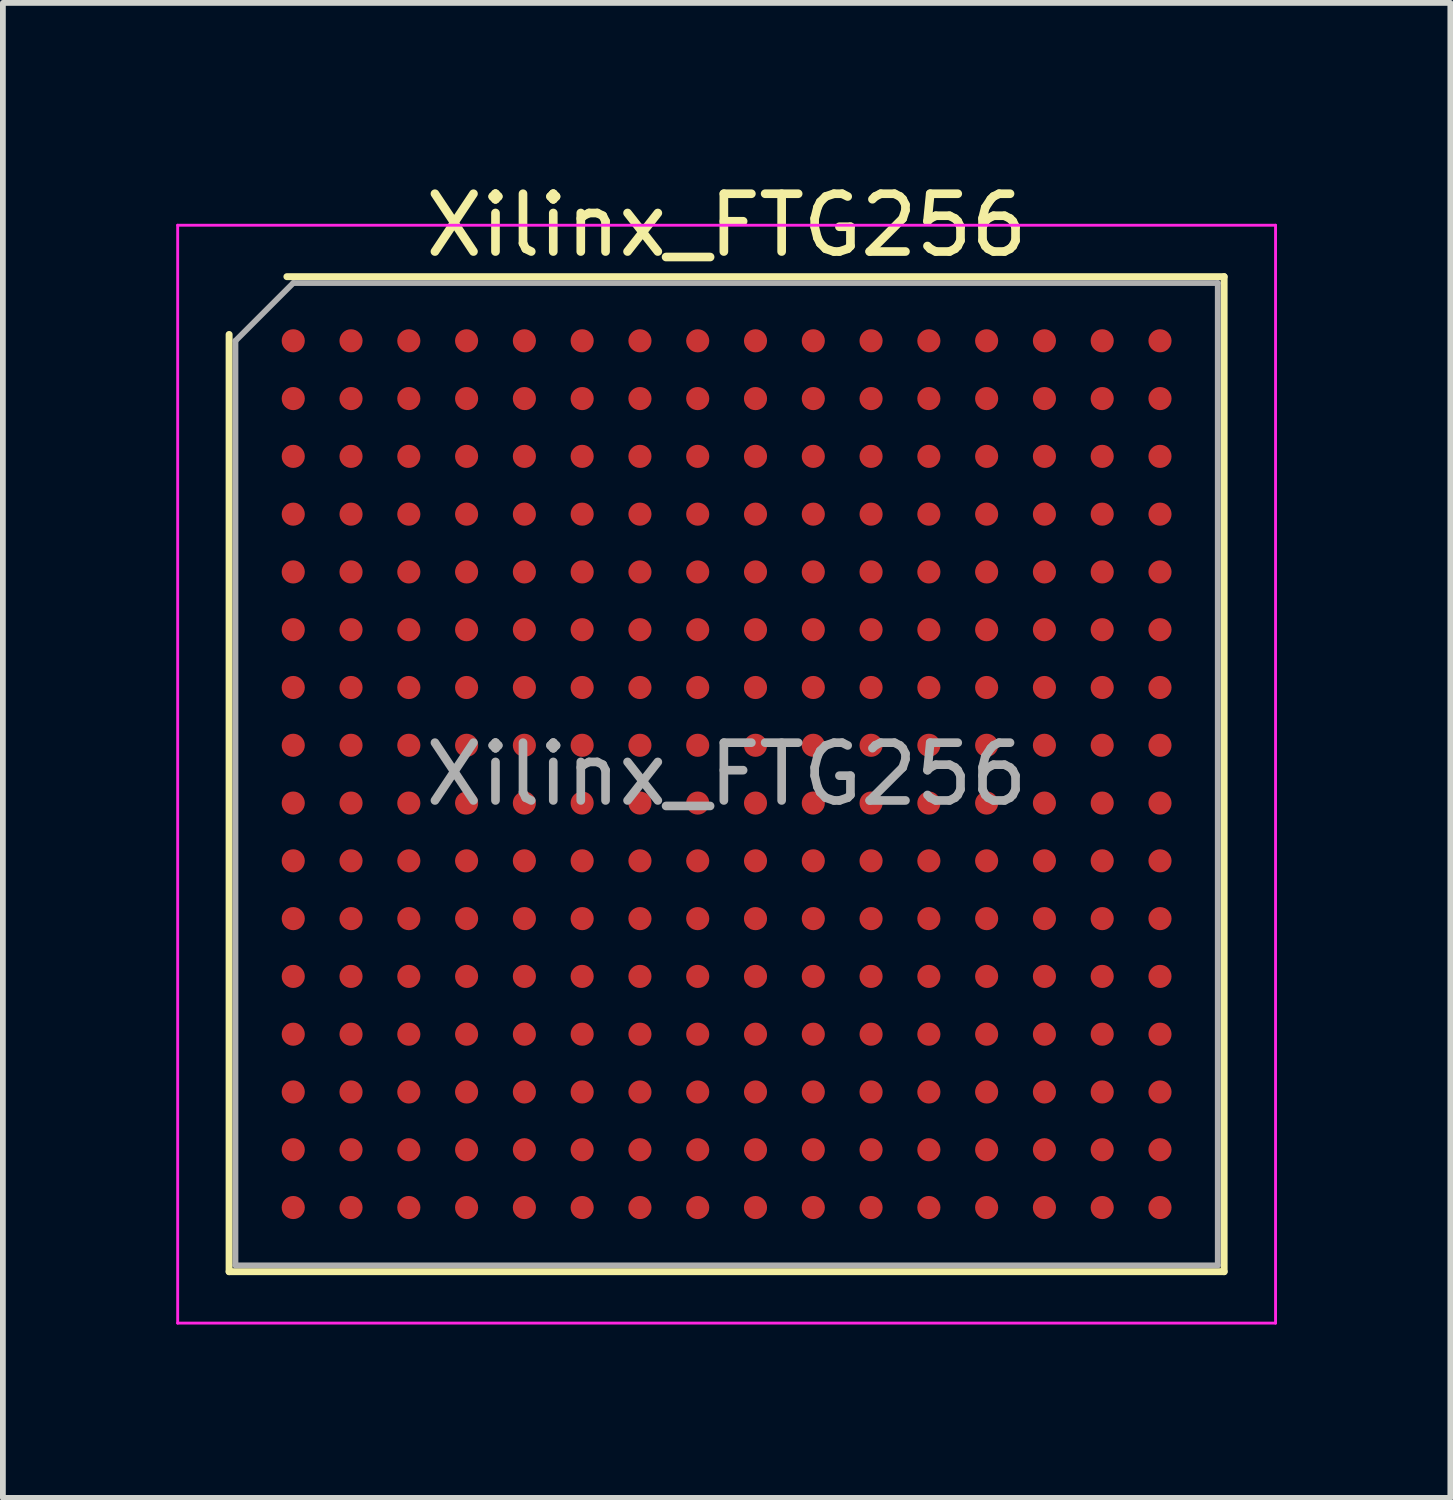
<source format=kicad_pcb>
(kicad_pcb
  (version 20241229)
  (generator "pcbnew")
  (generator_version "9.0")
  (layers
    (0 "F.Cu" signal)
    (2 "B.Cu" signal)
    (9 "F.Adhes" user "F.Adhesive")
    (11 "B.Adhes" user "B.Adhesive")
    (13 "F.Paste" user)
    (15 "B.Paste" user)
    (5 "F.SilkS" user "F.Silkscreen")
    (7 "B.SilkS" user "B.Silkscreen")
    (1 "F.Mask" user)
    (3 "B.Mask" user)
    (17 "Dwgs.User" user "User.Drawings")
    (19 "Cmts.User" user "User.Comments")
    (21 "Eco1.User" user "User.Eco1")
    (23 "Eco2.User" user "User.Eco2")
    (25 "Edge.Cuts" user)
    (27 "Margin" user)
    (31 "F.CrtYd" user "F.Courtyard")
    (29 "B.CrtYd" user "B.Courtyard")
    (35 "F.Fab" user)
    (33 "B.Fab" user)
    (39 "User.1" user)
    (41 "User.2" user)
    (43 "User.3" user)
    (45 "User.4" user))
  (footprint "Xilinx_FTG256"
    (layer "F.Cu")
    (at 9.525 10.348)
    (property "Reference" "Xilinx_FTG256" (at 0 -9.5 0) (layer "F.SilkS") (effects (font (size 1 1) (thickness 0.15))))
    (attr smd)
    (fp_line (start -8.61 8.61) (end -8.61 -7.61) (stroke (width 0.12) (type solid)) (layer "F.SilkS"))
    (fp_line (start -7.61 -8.61) (end 8.61 -8.61) (stroke (width 0.12) (type solid)) (layer "F.SilkS"))
    (fp_line (start 8.61 -8.61) (end 8.61 8.61) (stroke (width 0.12) (type solid)) (layer "F.SilkS"))
    (fp_line (start 8.61 8.61) (end -8.61 8.61) (stroke (width 0.12) (type solid)) (layer "F.SilkS"))
    (fp_line (start -9.5 -9.5) (end -9.5 9.5) (stroke (width 0.05) (type solid)) (layer "F.CrtYd"))
    (fp_line (start -9.5 9.5) (end 9.5 9.5) (stroke (width 0.05) (type solid)) (layer "F.CrtYd"))
    (fp_line (start 9.5 -9.5) (end -9.5 -9.5) (stroke (width 0.05) (type solid)) (layer "F.CrtYd"))
    (fp_line (start 9.5 9.5) (end 9.5 -9.5) (stroke (width 0.05) (type solid)) (layer "F.CrtYd"))
    (fp_line (start -8.5 -7.5) (end -7.5 -8.5) (stroke (width 0.1) (type solid)) (layer "F.Fab"))
    (fp_line (start -8.5 8.5) (end -8.5 -7.5) (stroke (width 0.1) (type solid)) (layer "F.Fab"))
    (fp_line (start -7.5 -8.5) (end 8.5 -8.5) (stroke (width 0.1) (type solid)) (layer "F.Fab"))
    (fp_line (start 8.5 -8.5) (end 8.5 8.5) (stroke (width 0.1) (type solid)) (layer "F.Fab"))
    (fp_line (start 8.5 8.5) (end -8.5 8.5) (stroke (width 0.1) (type solid)) (layer "F.Fab"))
    (fp_text user "${REFERENCE}" (at 0 0 0) (layer "F.Fab") (effects (font (size 1 1) (thickness 0.15))))
    (pad "A1" smd circle (at -7.5 -7.5) (size 0.4 0.4) (layers "F.Cu" "F.Mask" "F.Paste"))
    (pad "A2" smd circle (at -6.5 -7.5) (size 0.4 0.4) (layers "F.Cu" "F.Mask" "F.Paste"))
    (pad "A3" smd circle (at -5.5 -7.5) (size 0.4 0.4) (layers "F.Cu" "F.Mask" "F.Paste"))
    (pad "A4" smd circle (at -4.5 -7.5) (size 0.4 0.4) (layers "F.Cu" "F.Mask" "F.Paste"))
    (pad "A5" smd circle (at -3.5 -7.5) (size 0.4 0.4) (layers "F.Cu" "F.Mask" "F.Paste"))
    (pad "A6" smd circle (at -2.5 -7.5) (size 0.4 0.4) (layers "F.Cu" "F.Mask" "F.Paste"))
    (pad "A7" smd circle (at -1.5 -7.5) (size 0.4 0.4) (layers "F.Cu" "F.Mask" "F.Paste"))
    (pad "A8" smd circle (at -0.5 -7.5) (size 0.4 0.4) (layers "F.Cu" "F.Mask" "F.Paste"))
    (pad "A9" smd circle (at 0.5 -7.5) (size 0.4 0.4) (layers "F.Cu" "F.Mask" "F.Paste"))
    (pad "A10" smd circle (at 1.5 -7.5) (size 0.4 0.4) (layers "F.Cu" "F.Mask" "F.Paste"))
    (pad "A11" smd circle (at 2.5 -7.5) (size 0.4 0.4) (layers "F.Cu" "F.Mask" "F.Paste"))
    (pad "A12" smd circle (at 3.5 -7.5) (size 0.4 0.4) (layers "F.Cu" "F.Mask" "F.Paste"))
    (pad "A13" smd circle (at 4.5 -7.5) (size 0.4 0.4) (layers "F.Cu" "F.Mask" "F.Paste"))
    (pad "A14" smd circle (at 5.5 -7.5) (size 0.4 0.4) (layers "F.Cu" "F.Mask" "F.Paste"))
    (pad "A15" smd circle (at 6.5 -7.5) (size 0.4 0.4) (layers "F.Cu" "F.Mask" "F.Paste"))
    (pad "A16" smd circle (at 7.5 -7.5) (size 0.4 0.4) (layers "F.Cu" "F.Mask" "F.Paste"))
    (pad "B1" smd circle (at -7.5 -6.5) (size 0.4 0.4) (layers "F.Cu" "F.Mask" "F.Paste"))
    (pad "B2" smd circle (at -6.5 -6.5) (size 0.4 0.4) (layers "F.Cu" "F.Mask" "F.Paste"))
    (pad "B3" smd circle (at -5.5 -6.5) (size 0.4 0.4) (layers "F.Cu" "F.Mask" "F.Paste"))
    (pad "B4" smd circle (at -4.5 -6.5) (size 0.4 0.4) (layers "F.Cu" "F.Mask" "F.Paste"))
    (pad "B5" smd circle (at -3.5 -6.5) (size 0.4 0.4) (layers "F.Cu" "F.Mask" "F.Paste"))
    (pad "B6" smd circle (at -2.5 -6.5) (size 0.4 0.4) (layers "F.Cu" "F.Mask" "F.Paste"))
    (pad "B7" smd circle (at -1.5 -6.5) (size 0.4 0.4) (layers "F.Cu" "F.Mask" "F.Paste"))
    (pad "B8" smd circle (at -0.5 -6.5) (size 0.4 0.4) (layers "F.Cu" "F.Mask" "F.Paste"))
    (pad "B9" smd circle (at 0.5 -6.5) (size 0.4 0.4) (layers "F.Cu" "F.Mask" "F.Paste"))
    (pad "B10" smd circle (at 1.5 -6.5) (size 0.4 0.4) (layers "F.Cu" "F.Mask" "F.Paste"))
    (pad "B11" smd circle (at 2.5 -6.5) (size 0.4 0.4) (layers "F.Cu" "F.Mask" "F.Paste"))
    (pad "B12" smd circle (at 3.5 -6.5) (size 0.4 0.4) (layers "F.Cu" "F.Mask" "F.Paste"))
    (pad "B13" smd circle (at 4.5 -6.5) (size 0.4 0.4) (layers "F.Cu" "F.Mask" "F.Paste"))
    (pad "B14" smd circle (at 5.5 -6.5) (size 0.4 0.4) (layers "F.Cu" "F.Mask" "F.Paste"))
    (pad "B15" smd circle (at 6.5 -6.5) (size 0.4 0.4) (layers "F.Cu" "F.Mask" "F.Paste"))
    (pad "B16" smd circle (at 7.5 -6.5) (size 0.4 0.4) (layers "F.Cu" "F.Mask" "F.Paste"))
    (pad "C1" smd circle (at -7.5 -5.5) (size 0.4 0.4) (layers "F.Cu" "F.Mask" "F.Paste"))
    (pad "C2" smd circle (at -6.5 -5.5) (size 0.4 0.4) (layers "F.Cu" "F.Mask" "F.Paste"))
    (pad "C3" smd circle (at -5.5 -5.5) (size 0.4 0.4) (layers "F.Cu" "F.Mask" "F.Paste"))
    (pad "C4" smd circle (at -4.5 -5.5) (size 0.4 0.4) (layers "F.Cu" "F.Mask" "F.Paste"))
    (pad "C5" smd circle (at -3.5 -5.5) (size 0.4 0.4) (layers "F.Cu" "F.Mask" "F.Paste"))
    (pad "C6" smd circle (at -2.5 -5.5) (size 0.4 0.4) (layers "F.Cu" "F.Mask" "F.Paste"))
    (pad "C7" smd circle (at -1.5 -5.5) (size 0.4 0.4) (layers "F.Cu" "F.Mask" "F.Paste"))
    (pad "C8" smd circle (at -0.5 -5.5) (size 0.4 0.4) (layers "F.Cu" "F.Mask" "F.Paste"))
    (pad "C9" smd circle (at 0.5 -5.5) (size 0.4 0.4) (layers "F.Cu" "F.Mask" "F.Paste"))
    (pad "C10" smd circle (at 1.5 -5.5) (size 0.4 0.4) (layers "F.Cu" "F.Mask" "F.Paste"))
    (pad "C11" smd circle (at 2.5 -5.5) (size 0.4 0.4) (layers "F.Cu" "F.Mask" "F.Paste"))
    (pad "C12" smd circle (at 3.5 -5.5) (size 0.4 0.4) (layers "F.Cu" "F.Mask" "F.Paste"))
    (pad "C13" smd circle (at 4.5 -5.5) (size 0.4 0.4) (layers "F.Cu" "F.Mask" "F.Paste"))
    (pad "C14" smd circle (at 5.5 -5.5) (size 0.4 0.4) (layers "F.Cu" "F.Mask" "F.Paste"))
    (pad "C15" smd circle (at 6.5 -5.5) (size 0.4 0.4) (layers "F.Cu" "F.Mask" "F.Paste"))
    (pad "C16" smd circle (at 7.5 -5.5) (size 0.4 0.4) (layers "F.Cu" "F.Mask" "F.Paste"))
    (pad "D1" smd circle (at -7.5 -4.5) (size 0.4 0.4) (layers "F.Cu" "F.Mask" "F.Paste"))
    (pad "D2" smd circle (at -6.5 -4.5) (size 0.4 0.4) (layers "F.Cu" "F.Mask" "F.Paste"))
    (pad "D3" smd circle (at -5.5 -4.5) (size 0.4 0.4) (layers "F.Cu" "F.Mask" "F.Paste"))
    (pad "D4" smd circle (at -4.5 -4.5) (size 0.4 0.4) (layers "F.Cu" "F.Mask" "F.Paste"))
    (pad "D5" smd circle (at -3.5 -4.5) (size 0.4 0.4) (layers "F.Cu" "F.Mask" "F.Paste"))
    (pad "D6" smd circle (at -2.5 -4.5) (size 0.4 0.4) (layers "F.Cu" "F.Mask" "F.Paste"))
    (pad "D7" smd circle (at -1.5 -4.5) (size 0.4 0.4) (layers "F.Cu" "F.Mask" "F.Paste"))
    (pad "D8" smd circle (at -0.5 -4.5) (size 0.4 0.4) (layers "F.Cu" "F.Mask" "F.Paste"))
    (pad "D9" smd circle (at 0.5 -4.5) (size 0.4 0.4) (layers "F.Cu" "F.Mask" "F.Paste"))
    (pad "D10" smd circle (at 1.5 -4.5) (size 0.4 0.4) (layers "F.Cu" "F.Mask" "F.Paste"))
    (pad "D11" smd circle (at 2.5 -4.5) (size 0.4 0.4) (layers "F.Cu" "F.Mask" "F.Paste"))
    (pad "D12" smd circle (at 3.5 -4.5) (size 0.4 0.4) (layers "F.Cu" "F.Mask" "F.Paste"))
    (pad "D13" smd circle (at 4.5 -4.5) (size 0.4 0.4) (layers "F.Cu" "F.Mask" "F.Paste"))
    (pad "D14" smd circle (at 5.5 -4.5) (size 0.4 0.4) (layers "F.Cu" "F.Mask" "F.Paste"))
    (pad "D15" smd circle (at 6.5 -4.5) (size 0.4 0.4) (layers "F.Cu" "F.Mask" "F.Paste"))
    (pad "D16" smd circle (at 7.5 -4.5) (size 0.4 0.4) (layers "F.Cu" "F.Mask" "F.Paste"))
    (pad "E1" smd circle (at -7.5 -3.5) (size 0.4 0.4) (layers "F.Cu" "F.Mask" "F.Paste"))
    (pad "E2" smd circle (at -6.5 -3.5) (size 0.4 0.4) (layers "F.Cu" "F.Mask" "F.Paste"))
    (pad "E3" smd circle (at -5.5 -3.5) (size 0.4 0.4) (layers "F.Cu" "F.Mask" "F.Paste"))
    (pad "E4" smd circle (at -4.5 -3.5) (size 0.4 0.4) (layers "F.Cu" "F.Mask" "F.Paste"))
    (pad "E5" smd circle (at -3.5 -3.5) (size 0.4 0.4) (layers "F.Cu" "F.Mask" "F.Paste"))
    (pad "E6" smd circle (at -2.5 -3.5) (size 0.4 0.4) (layers "F.Cu" "F.Mask" "F.Paste"))
    (pad "E7" smd circle (at -1.5 -3.5) (size 0.4 0.4) (layers "F.Cu" "F.Mask" "F.Paste"))
    (pad "E8" smd circle (at -0.5 -3.5) (size 0.4 0.4) (layers "F.Cu" "F.Mask" "F.Paste"))
    (pad "E9" smd circle (at 0.5 -3.5) (size 0.4 0.4) (layers "F.Cu" "F.Mask" "F.Paste"))
    (pad "E10" smd circle (at 1.5 -3.5) (size 0.4 0.4) (layers "F.Cu" "F.Mask" "F.Paste"))
    (pad "E11" smd circle (at 2.5 -3.5) (size 0.4 0.4) (layers "F.Cu" "F.Mask" "F.Paste"))
    (pad "E12" smd circle (at 3.5 -3.5) (size 0.4 0.4) (layers "F.Cu" "F.Mask" "F.Paste"))
    (pad "E13" smd circle (at 4.5 -3.5) (size 0.4 0.4) (layers "F.Cu" "F.Mask" "F.Paste"))
    (pad "E14" smd circle (at 5.5 -3.5) (size 0.4 0.4) (layers "F.Cu" "F.Mask" "F.Paste"))
    (pad "E15" smd circle (at 6.5 -3.5) (size 0.4 0.4) (layers "F.Cu" "F.Mask" "F.Paste"))
    (pad "E16" smd circle (at 7.5 -3.5) (size 0.4 0.4) (layers "F.Cu" "F.Mask" "F.Paste"))
    (pad "F1" smd circle (at -7.5 -2.5) (size 0.4 0.4) (layers "F.Cu" "F.Mask" "F.Paste"))
    (pad "F2" smd circle (at -6.5 -2.5) (size 0.4 0.4) (layers "F.Cu" "F.Mask" "F.Paste"))
    (pad "F3" smd circle (at -5.5 -2.5) (size 0.4 0.4) (layers "F.Cu" "F.Mask" "F.Paste"))
    (pad "F4" smd circle (at -4.5 -2.5) (size 0.4 0.4) (layers "F.Cu" "F.Mask" "F.Paste"))
    (pad "F5" smd circle (at -3.5 -2.5) (size 0.4 0.4) (layers "F.Cu" "F.Mask" "F.Paste"))
    (pad "F6" smd circle (at -2.5 -2.5) (size 0.4 0.4) (layers "F.Cu" "F.Mask" "F.Paste"))
    (pad "F7" smd circle (at -1.5 -2.5) (size 0.4 0.4) (layers "F.Cu" "F.Mask" "F.Paste"))
    (pad "F8" smd circle (at -0.5 -2.5) (size 0.4 0.4) (layers "F.Cu" "F.Mask" "F.Paste"))
    (pad "F9" smd circle (at 0.5 -2.5) (size 0.4 0.4) (layers "F.Cu" "F.Mask" "F.Paste"))
    (pad "F10" smd circle (at 1.5 -2.5) (size 0.4 0.4) (layers "F.Cu" "F.Mask" "F.Paste"))
    (pad "F11" smd circle (at 2.5 -2.5) (size 0.4 0.4) (layers "F.Cu" "F.Mask" "F.Paste"))
    (pad "F12" smd circle (at 3.5 -2.5) (size 0.4 0.4) (layers "F.Cu" "F.Mask" "F.Paste"))
    (pad "F13" smd circle (at 4.5 -2.5) (size 0.4 0.4) (layers "F.Cu" "F.Mask" "F.Paste"))
    (pad "F14" smd circle (at 5.5 -2.5) (size 0.4 0.4) (layers "F.Cu" "F.Mask" "F.Paste"))
    (pad "F15" smd circle (at 6.5 -2.5) (size 0.4 0.4) (layers "F.Cu" "F.Mask" "F.Paste"))
    (pad "F16" smd circle (at 7.5 -2.5) (size 0.4 0.4) (layers "F.Cu" "F.Mask" "F.Paste"))
    (pad "G1" smd circle (at -7.5 -1.5) (size 0.4 0.4) (layers "F.Cu" "F.Mask" "F.Paste"))
    (pad "G2" smd circle (at -6.5 -1.5) (size 0.4 0.4) (layers "F.Cu" "F.Mask" "F.Paste"))
    (pad "G3" smd circle (at -5.5 -1.5) (size 0.4 0.4) (layers "F.Cu" "F.Mask" "F.Paste"))
    (pad "G4" smd circle (at -4.5 -1.5) (size 0.4 0.4) (layers "F.Cu" "F.Mask" "F.Paste"))
    (pad "G5" smd circle (at -3.5 -1.5) (size 0.4 0.4) (layers "F.Cu" "F.Mask" "F.Paste"))
    (pad "G6" smd circle (at -2.5 -1.5) (size 0.4 0.4) (layers "F.Cu" "F.Mask" "F.Paste"))
    (pad "G7" smd circle (at -1.5 -1.5) (size 0.4 0.4) (layers "F.Cu" "F.Mask" "F.Paste"))
    (pad "G8" smd circle (at -0.5 -1.5) (size 0.4 0.4) (layers "F.Cu" "F.Mask" "F.Paste"))
    (pad "G9" smd circle (at 0.5 -1.5) (size 0.4 0.4) (layers "F.Cu" "F.Mask" "F.Paste"))
    (pad "G10" smd circle (at 1.5 -1.5) (size 0.4 0.4) (layers "F.Cu" "F.Mask" "F.Paste"))
    (pad "G11" smd circle (at 2.5 -1.5) (size 0.4 0.4) (layers "F.Cu" "F.Mask" "F.Paste"))
    (pad "G12" smd circle (at 3.5 -1.5) (size 0.4 0.4) (layers "F.Cu" "F.Mask" "F.Paste"))
    (pad "G13" smd circle (at 4.5 -1.5) (size 0.4 0.4) (layers "F.Cu" "F.Mask" "F.Paste"))
    (pad "G14" smd circle (at 5.5 -1.5) (size 0.4 0.4) (layers "F.Cu" "F.Mask" "F.Paste"))
    (pad "G15" smd circle (at 6.5 -1.5) (size 0.4 0.4) (layers "F.Cu" "F.Mask" "F.Paste"))
    (pad "G16" smd circle (at 7.5 -1.5) (size 0.4 0.4) (layers "F.Cu" "F.Mask" "F.Paste"))
    (pad "H1" smd circle (at -7.5 -0.5) (size 0.4 0.4) (layers "F.Cu" "F.Mask" "F.Paste"))
    (pad "H2" smd circle (at -6.5 -0.5) (size 0.4 0.4) (layers "F.Cu" "F.Mask" "F.Paste"))
    (pad "H3" smd circle (at -5.5 -0.5) (size 0.4 0.4) (layers "F.Cu" "F.Mask" "F.Paste"))
    (pad "H4" smd circle (at -4.5 -0.5) (size 0.4 0.4) (layers "F.Cu" "F.Mask" "F.Paste"))
    (pad "H5" smd circle (at -3.5 -0.5) (size 0.4 0.4) (layers "F.Cu" "F.Mask" "F.Paste"))
    (pad "H6" smd circle (at -2.5 -0.5) (size 0.4 0.4) (layers "F.Cu" "F.Mask" "F.Paste"))
    (pad "H7" smd circle (at -1.5 -0.5) (size 0.4 0.4) (layers "F.Cu" "F.Mask" "F.Paste"))
    (pad "H8" smd circle (at -0.5 -0.5) (size 0.4 0.4) (layers "F.Cu" "F.Mask" "F.Paste"))
    (pad "H9" smd circle (at 0.5 -0.5) (size 0.4 0.4) (layers "F.Cu" "F.Mask" "F.Paste"))
    (pad "H10" smd circle (at 1.5 -0.5) (size 0.4 0.4) (layers "F.Cu" "F.Mask" "F.Paste"))
    (pad "H11" smd circle (at 2.5 -0.5) (size 0.4 0.4) (layers "F.Cu" "F.Mask" "F.Paste"))
    (pad "H12" smd circle (at 3.5 -0.5) (size 0.4 0.4) (layers "F.Cu" "F.Mask" "F.Paste"))
    (pad "H13" smd circle (at 4.5 -0.5) (size 0.4 0.4) (layers "F.Cu" "F.Mask" "F.Paste"))
    (pad "H14" smd circle (at 5.5 -0.5) (size 0.4 0.4) (layers "F.Cu" "F.Mask" "F.Paste"))
    (pad "H15" smd circle (at 6.5 -0.5) (size 0.4 0.4) (layers "F.Cu" "F.Mask" "F.Paste"))
    (pad "H16" smd circle (at 7.5 -0.5) (size 0.4 0.4) (layers "F.Cu" "F.Mask" "F.Paste"))
    (pad "J1" smd circle (at -7.5 0.5) (size 0.4 0.4) (layers "F.Cu" "F.Mask" "F.Paste"))
    (pad "J2" smd circle (at -6.5 0.5) (size 0.4 0.4) (layers "F.Cu" "F.Mask" "F.Paste"))
    (pad "J3" smd circle (at -5.5 0.5) (size 0.4 0.4) (layers "F.Cu" "F.Mask" "F.Paste"))
    (pad "J4" smd circle (at -4.5 0.5) (size 0.4 0.4) (layers "F.Cu" "F.Mask" "F.Paste"))
    (pad "J5" smd circle (at -3.5 0.5) (size 0.4 0.4) (layers "F.Cu" "F.Mask" "F.Paste"))
    (pad "J6" smd circle (at -2.5 0.5) (size 0.4 0.4) (layers "F.Cu" "F.Mask" "F.Paste"))
    (pad "J7" smd circle (at -1.5 0.5) (size 0.4 0.4) (layers "F.Cu" "F.Mask" "F.Paste"))
    (pad "J8" smd circle (at -0.5 0.5) (size 0.4 0.4) (layers "F.Cu" "F.Mask" "F.Paste"))
    (pad "J9" smd circle (at 0.5 0.5) (size 0.4 0.4) (layers "F.Cu" "F.Mask" "F.Paste"))
    (pad "J10" smd circle (at 1.5 0.5) (size 0.4 0.4) (layers "F.Cu" "F.Mask" "F.Paste"))
    (pad "J11" smd circle (at 2.5 0.5) (size 0.4 0.4) (layers "F.Cu" "F.Mask" "F.Paste"))
    (pad "J12" smd circle (at 3.5 0.5) (size 0.4 0.4) (layers "F.Cu" "F.Mask" "F.Paste"))
    (pad "J13" smd circle (at 4.5 0.5) (size 0.4 0.4) (layers "F.Cu" "F.Mask" "F.Paste"))
    (pad "J14" smd circle (at 5.5 0.5) (size 0.4 0.4) (layers "F.Cu" "F.Mask" "F.Paste"))
    (pad "J15" smd circle (at 6.5 0.5) (size 0.4 0.4) (layers "F.Cu" "F.Mask" "F.Paste"))
    (pad "J16" smd circle (at 7.5 0.5) (size 0.4 0.4) (layers "F.Cu" "F.Mask" "F.Paste"))
    (pad "K1" smd circle (at -7.5 1.5) (size 0.4 0.4) (layers "F.Cu" "F.Mask" "F.Paste"))
    (pad "K2" smd circle (at -6.5 1.5) (size 0.4 0.4) (layers "F.Cu" "F.Mask" "F.Paste"))
    (pad "K3" smd circle (at -5.5 1.5) (size 0.4 0.4) (layers "F.Cu" "F.Mask" "F.Paste"))
    (pad "K4" smd circle (at -4.5 1.5) (size 0.4 0.4) (layers "F.Cu" "F.Mask" "F.Paste"))
    (pad "K5" smd circle (at -3.5 1.5) (size 0.4 0.4) (layers "F.Cu" "F.Mask" "F.Paste"))
    (pad "K6" smd circle (at -2.5 1.5) (size 0.4 0.4) (layers "F.Cu" "F.Mask" "F.Paste"))
    (pad "K7" smd circle (at -1.5 1.5) (size 0.4 0.4) (layers "F.Cu" "F.Mask" "F.Paste"))
    (pad "K8" smd circle (at -0.5 1.5) (size 0.4 0.4) (layers "F.Cu" "F.Mask" "F.Paste"))
    (pad "K9" smd circle (at 0.5 1.5) (size 0.4 0.4) (layers "F.Cu" "F.Mask" "F.Paste"))
    (pad "K10" smd circle (at 1.5 1.5) (size 0.4 0.4) (layers "F.Cu" "F.Mask" "F.Paste"))
    (pad "K11" smd circle (at 2.5 1.5) (size 0.4 0.4) (layers "F.Cu" "F.Mask" "F.Paste"))
    (pad "K12" smd circle (at 3.5 1.5) (size 0.4 0.4) (layers "F.Cu" "F.Mask" "F.Paste"))
    (pad "K13" smd circle (at 4.5 1.5) (size 0.4 0.4) (layers "F.Cu" "F.Mask" "F.Paste"))
    (pad "K14" smd circle (at 5.5 1.5) (size 0.4 0.4) (layers "F.Cu" "F.Mask" "F.Paste"))
    (pad "K15" smd circle (at 6.5 1.5) (size 0.4 0.4) (layers "F.Cu" "F.Mask" "F.Paste"))
    (pad "K16" smd circle (at 7.5 1.5) (size 0.4 0.4) (layers "F.Cu" "F.Mask" "F.Paste"))
    (pad "L1" smd circle (at -7.5 2.5) (size 0.4 0.4) (layers "F.Cu" "F.Mask" "F.Paste"))
    (pad "L2" smd circle (at -6.5 2.5) (size 0.4 0.4) (layers "F.Cu" "F.Mask" "F.Paste"))
    (pad "L3" smd circle (at -5.5 2.5) (size 0.4 0.4) (layers "F.Cu" "F.Mask" "F.Paste"))
    (pad "L4" smd circle (at -4.5 2.5) (size 0.4 0.4) (layers "F.Cu" "F.Mask" "F.Paste"))
    (pad "L5" smd circle (at -3.5 2.5) (size 0.4 0.4) (layers "F.Cu" "F.Mask" "F.Paste"))
    (pad "L6" smd circle (at -2.5 2.5) (size 0.4 0.4) (layers "F.Cu" "F.Mask" "F.Paste"))
    (pad "L7" smd circle (at -1.5 2.5) (size 0.4 0.4) (layers "F.Cu" "F.Mask" "F.Paste"))
    (pad "L8" smd circle (at -0.5 2.5) (size 0.4 0.4) (layers "F.Cu" "F.Mask" "F.Paste"))
    (pad "L9" smd circle (at 0.5 2.5) (size 0.4 0.4) (layers "F.Cu" "F.Mask" "F.Paste"))
    (pad "L10" smd circle (at 1.5 2.5) (size 0.4 0.4) (layers "F.Cu" "F.Mask" "F.Paste"))
    (pad "L11" smd circle (at 2.5 2.5) (size 0.4 0.4) (layers "F.Cu" "F.Mask" "F.Paste"))
    (pad "L12" smd circle (at 3.5 2.5) (size 0.4 0.4) (layers "F.Cu" "F.Mask" "F.Paste"))
    (pad "L13" smd circle (at 4.5 2.5) (size 0.4 0.4) (layers "F.Cu" "F.Mask" "F.Paste"))
    (pad "L14" smd circle (at 5.5 2.5) (size 0.4 0.4) (layers "F.Cu" "F.Mask" "F.Paste"))
    (pad "L15" smd circle (at 6.5 2.5) (size 0.4 0.4) (layers "F.Cu" "F.Mask" "F.Paste"))
    (pad "L16" smd circle (at 7.5 2.5) (size 0.4 0.4) (layers "F.Cu" "F.Mask" "F.Paste"))
    (pad "M1" smd circle (at -7.5 3.5) (size 0.4 0.4) (layers "F.Cu" "F.Mask" "F.Paste"))
    (pad "M2" smd circle (at -6.5 3.5) (size 0.4 0.4) (layers "F.Cu" "F.Mask" "F.Paste"))
    (pad "M3" smd circle (at -5.5 3.5) (size 0.4 0.4) (layers "F.Cu" "F.Mask" "F.Paste"))
    (pad "M4" smd circle (at -4.5 3.5) (size 0.4 0.4) (layers "F.Cu" "F.Mask" "F.Paste"))
    (pad "M5" smd circle (at -3.5 3.5) (size 0.4 0.4) (layers "F.Cu" "F.Mask" "F.Paste"))
    (pad "M6" smd circle (at -2.5 3.5) (size 0.4 0.4) (layers "F.Cu" "F.Mask" "F.Paste"))
    (pad "M7" smd circle (at -1.5 3.5) (size 0.4 0.4) (layers "F.Cu" "F.Mask" "F.Paste"))
    (pad "M8" smd circle (at -0.5 3.5) (size 0.4 0.4) (layers "F.Cu" "F.Mask" "F.Paste"))
    (pad "M9" smd circle (at 0.5 3.5) (size 0.4 0.4) (layers "F.Cu" "F.Mask" "F.Paste"))
    (pad "M10" smd circle (at 1.5 3.5) (size 0.4 0.4) (layers "F.Cu" "F.Mask" "F.Paste"))
    (pad "M11" smd circle (at 2.5 3.5) (size 0.4 0.4) (layers "F.Cu" "F.Mask" "F.Paste"))
    (pad "M12" smd circle (at 3.5 3.5) (size 0.4 0.4) (layers "F.Cu" "F.Mask" "F.Paste"))
    (pad "M13" smd circle (at 4.5 3.5) (size 0.4 0.4) (layers "F.Cu" "F.Mask" "F.Paste"))
    (pad "M14" smd circle (at 5.5 3.5) (size 0.4 0.4) (layers "F.Cu" "F.Mask" "F.Paste"))
    (pad "M15" smd circle (at 6.5 3.5) (size 0.4 0.4) (layers "F.Cu" "F.Mask" "F.Paste"))
    (pad "M16" smd circle (at 7.5 3.5) (size 0.4 0.4) (layers "F.Cu" "F.Mask" "F.Paste"))
    (pad "N1" smd circle (at -7.5 4.5) (size 0.4 0.4) (layers "F.Cu" "F.Mask" "F.Paste"))
    (pad "N2" smd circle (at -6.5 4.5) (size 0.4 0.4) (layers "F.Cu" "F.Mask" "F.Paste"))
    (pad "N3" smd circle (at -5.5 4.5) (size 0.4 0.4) (layers "F.Cu" "F.Mask" "F.Paste"))
    (pad "N4" smd circle (at -4.5 4.5) (size 0.4 0.4) (layers "F.Cu" "F.Mask" "F.Paste"))
    (pad "N5" smd circle (at -3.5 4.5) (size 0.4 0.4) (layers "F.Cu" "F.Mask" "F.Paste"))
    (pad "N6" smd circle (at -2.5 4.5) (size 0.4 0.4) (layers "F.Cu" "F.Mask" "F.Paste"))
    (pad "N7" smd circle (at -1.5 4.5) (size 0.4 0.4) (layers "F.Cu" "F.Mask" "F.Paste"))
    (pad "N8" smd circle (at -0.5 4.5) (size 0.4 0.4) (layers "F.Cu" "F.Mask" "F.Paste"))
    (pad "N9" smd circle (at 0.5 4.5) (size 0.4 0.4) (layers "F.Cu" "F.Mask" "F.Paste"))
    (pad "N10" smd circle (at 1.5 4.5) (size 0.4 0.4) (layers "F.Cu" "F.Mask" "F.Paste"))
    (pad "N11" smd circle (at 2.5 4.5) (size 0.4 0.4) (layers "F.Cu" "F.Mask" "F.Paste"))
    (pad "N12" smd circle (at 3.5 4.5) (size 0.4 0.4) (layers "F.Cu" "F.Mask" "F.Paste"))
    (pad "N13" smd circle (at 4.5 4.5) (size 0.4 0.4) (layers "F.Cu" "F.Mask" "F.Paste"))
    (pad "N14" smd circle (at 5.5 4.5) (size 0.4 0.4) (layers "F.Cu" "F.Mask" "F.Paste"))
    (pad "N15" smd circle (at 6.5 4.5) (size 0.4 0.4) (layers "F.Cu" "F.Mask" "F.Paste"))
    (pad "N16" smd circle (at 7.5 4.5) (size 0.4 0.4) (layers "F.Cu" "F.Mask" "F.Paste"))
    (pad "P1" smd circle (at -7.5 5.5) (size 0.4 0.4) (layers "F.Cu" "F.Mask" "F.Paste"))
    (pad "P2" smd circle (at -6.5 5.5) (size 0.4 0.4) (layers "F.Cu" "F.Mask" "F.Paste"))
    (pad "P3" smd circle (at -5.5 5.5) (size 0.4 0.4) (layers "F.Cu" "F.Mask" "F.Paste"))
    (pad "P4" smd circle (at -4.5 5.5) (size 0.4 0.4) (layers "F.Cu" "F.Mask" "F.Paste"))
    (pad "P5" smd circle (at -3.5 5.5) (size 0.4 0.4) (layers "F.Cu" "F.Mask" "F.Paste"))
    (pad "P6" smd circle (at -2.5 5.5) (size 0.4 0.4) (layers "F.Cu" "F.Mask" "F.Paste"))
    (pad "P7" smd circle (at -1.5 5.5) (size 0.4 0.4) (layers "F.Cu" "F.Mask" "F.Paste"))
    (pad "P8" smd circle (at -0.5 5.5) (size 0.4 0.4) (layers "F.Cu" "F.Mask" "F.Paste"))
    (pad "P9" smd circle (at 0.5 5.5) (size 0.4 0.4) (layers "F.Cu" "F.Mask" "F.Paste"))
    (pad "P10" smd circle (at 1.5 5.5) (size 0.4 0.4) (layers "F.Cu" "F.Mask" "F.Paste"))
    (pad "P11" smd circle (at 2.5 5.5) (size 0.4 0.4) (layers "F.Cu" "F.Mask" "F.Paste"))
    (pad "P12" smd circle (at 3.5 5.5) (size 0.4 0.4) (layers "F.Cu" "F.Mask" "F.Paste"))
    (pad "P13" smd circle (at 4.5 5.5) (size 0.4 0.4) (layers "F.Cu" "F.Mask" "F.Paste"))
    (pad "P14" smd circle (at 5.5 5.5) (size 0.4 0.4) (layers "F.Cu" "F.Mask" "F.Paste"))
    (pad "P15" smd circle (at 6.5 5.5) (size 0.4 0.4) (layers "F.Cu" "F.Mask" "F.Paste"))
    (pad "P16" smd circle (at 7.5 5.5) (size 0.4 0.4) (layers "F.Cu" "F.Mask" "F.Paste"))
    (pad "R1" smd circle (at -7.5 6.5) (size 0.4 0.4) (layers "F.Cu" "F.Mask" "F.Paste"))
    (pad "R2" smd circle (at -6.5 6.5) (size 0.4 0.4) (layers "F.Cu" "F.Mask" "F.Paste"))
    (pad "R3" smd circle (at -5.5 6.5) (size 0.4 0.4) (layers "F.Cu" "F.Mask" "F.Paste"))
    (pad "R4" smd circle (at -4.5 6.5) (size 0.4 0.4) (layers "F.Cu" "F.Mask" "F.Paste"))
    (pad "R5" smd circle (at -3.5 6.5) (size 0.4 0.4) (layers "F.Cu" "F.Mask" "F.Paste"))
    (pad "R6" smd circle (at -2.5 6.5) (size 0.4 0.4) (layers "F.Cu" "F.Mask" "F.Paste"))
    (pad "R7" smd circle (at -1.5 6.5) (size 0.4 0.4) (layers "F.Cu" "F.Mask" "F.Paste"))
    (pad "R8" smd circle (at -0.5 6.5) (size 0.4 0.4) (layers "F.Cu" "F.Mask" "F.Paste"))
    (pad "R9" smd circle (at 0.5 6.5) (size 0.4 0.4) (layers "F.Cu" "F.Mask" "F.Paste"))
    (pad "R10" smd circle (at 1.5 6.5) (size 0.4 0.4) (layers "F.Cu" "F.Mask" "F.Paste"))
    (pad "R11" smd circle (at 2.5 6.5) (size 0.4 0.4) (layers "F.Cu" "F.Mask" "F.Paste"))
    (pad "R12" smd circle (at 3.5 6.5) (size 0.4 0.4) (layers "F.Cu" "F.Mask" "F.Paste"))
    (pad "R13" smd circle (at 4.5 6.5) (size 0.4 0.4) (layers "F.Cu" "F.Mask" "F.Paste"))
    (pad "R14" smd circle (at 5.5 6.5) (size 0.4 0.4) (layers "F.Cu" "F.Mask" "F.Paste"))
    (pad "R15" smd circle (at 6.5 6.5) (size 0.4 0.4) (layers "F.Cu" "F.Mask" "F.Paste"))
    (pad "R16" smd circle (at 7.5 6.5) (size 0.4 0.4) (layers "F.Cu" "F.Mask" "F.Paste"))
    (pad "T1" smd circle (at -7.5 7.5) (size 0.4 0.4) (layers "F.Cu" "F.Mask" "F.Paste"))
    (pad "T2" smd circle (at -6.5 7.5) (size 0.4 0.4) (layers "F.Cu" "F.Mask" "F.Paste"))
    (pad "T3" smd circle (at -5.5 7.5) (size 0.4 0.4) (layers "F.Cu" "F.Mask" "F.Paste"))
    (pad "T4" smd circle (at -4.5 7.5) (size 0.4 0.4) (layers "F.Cu" "F.Mask" "F.Paste"))
    (pad "T5" smd circle (at -3.5 7.5) (size 0.4 0.4) (layers "F.Cu" "F.Mask" "F.Paste"))
    (pad "T6" smd circle (at -2.5 7.5) (size 0.4 0.4) (layers "F.Cu" "F.Mask" "F.Paste"))
    (pad "T7" smd circle (at -1.5 7.5) (size 0.4 0.4) (layers "F.Cu" "F.Mask" "F.Paste"))
    (pad "T8" smd circle (at -0.5 7.5) (size 0.4 0.4) (layers "F.Cu" "F.Mask" "F.Paste"))
    (pad "T9" smd circle (at 0.5 7.5) (size 0.4 0.4) (layers "F.Cu" "F.Mask" "F.Paste"))
    (pad "T10" smd circle (at 1.5 7.5) (size 0.4 0.4) (layers "F.Cu" "F.Mask" "F.Paste"))
    (pad "T11" smd circle (at 2.5 7.5) (size 0.4 0.4) (layers "F.Cu" "F.Mask" "F.Paste"))
    (pad "T12" smd circle (at 3.5 7.5) (size 0.4 0.4) (layers "F.Cu" "F.Mask" "F.Paste"))
    (pad "T13" smd circle (at 4.5 7.5) (size 0.4 0.4) (layers "F.Cu" "F.Mask" "F.Paste"))
    (pad "T14" smd circle (at 5.5 7.5) (size 0.4 0.4) (layers "F.Cu" "F.Mask" "F.Paste"))
    (pad "T15" smd circle (at 6.5 7.5) (size 0.4 0.4) (layers "F.Cu" "F.Mask" "F.Paste"))
    (pad "T16" smd circle (at 7.5 7.5) (size 0.4 0.4) (layers "F.Cu" "F.Mask" "F.Paste")))
  (gr_rect
    (start -3 -3)
    (end 22.05 22.873)
    (stroke (width 0.1) (type default))
    (fill no)
    (layer "Edge.Cuts")))
</source>
